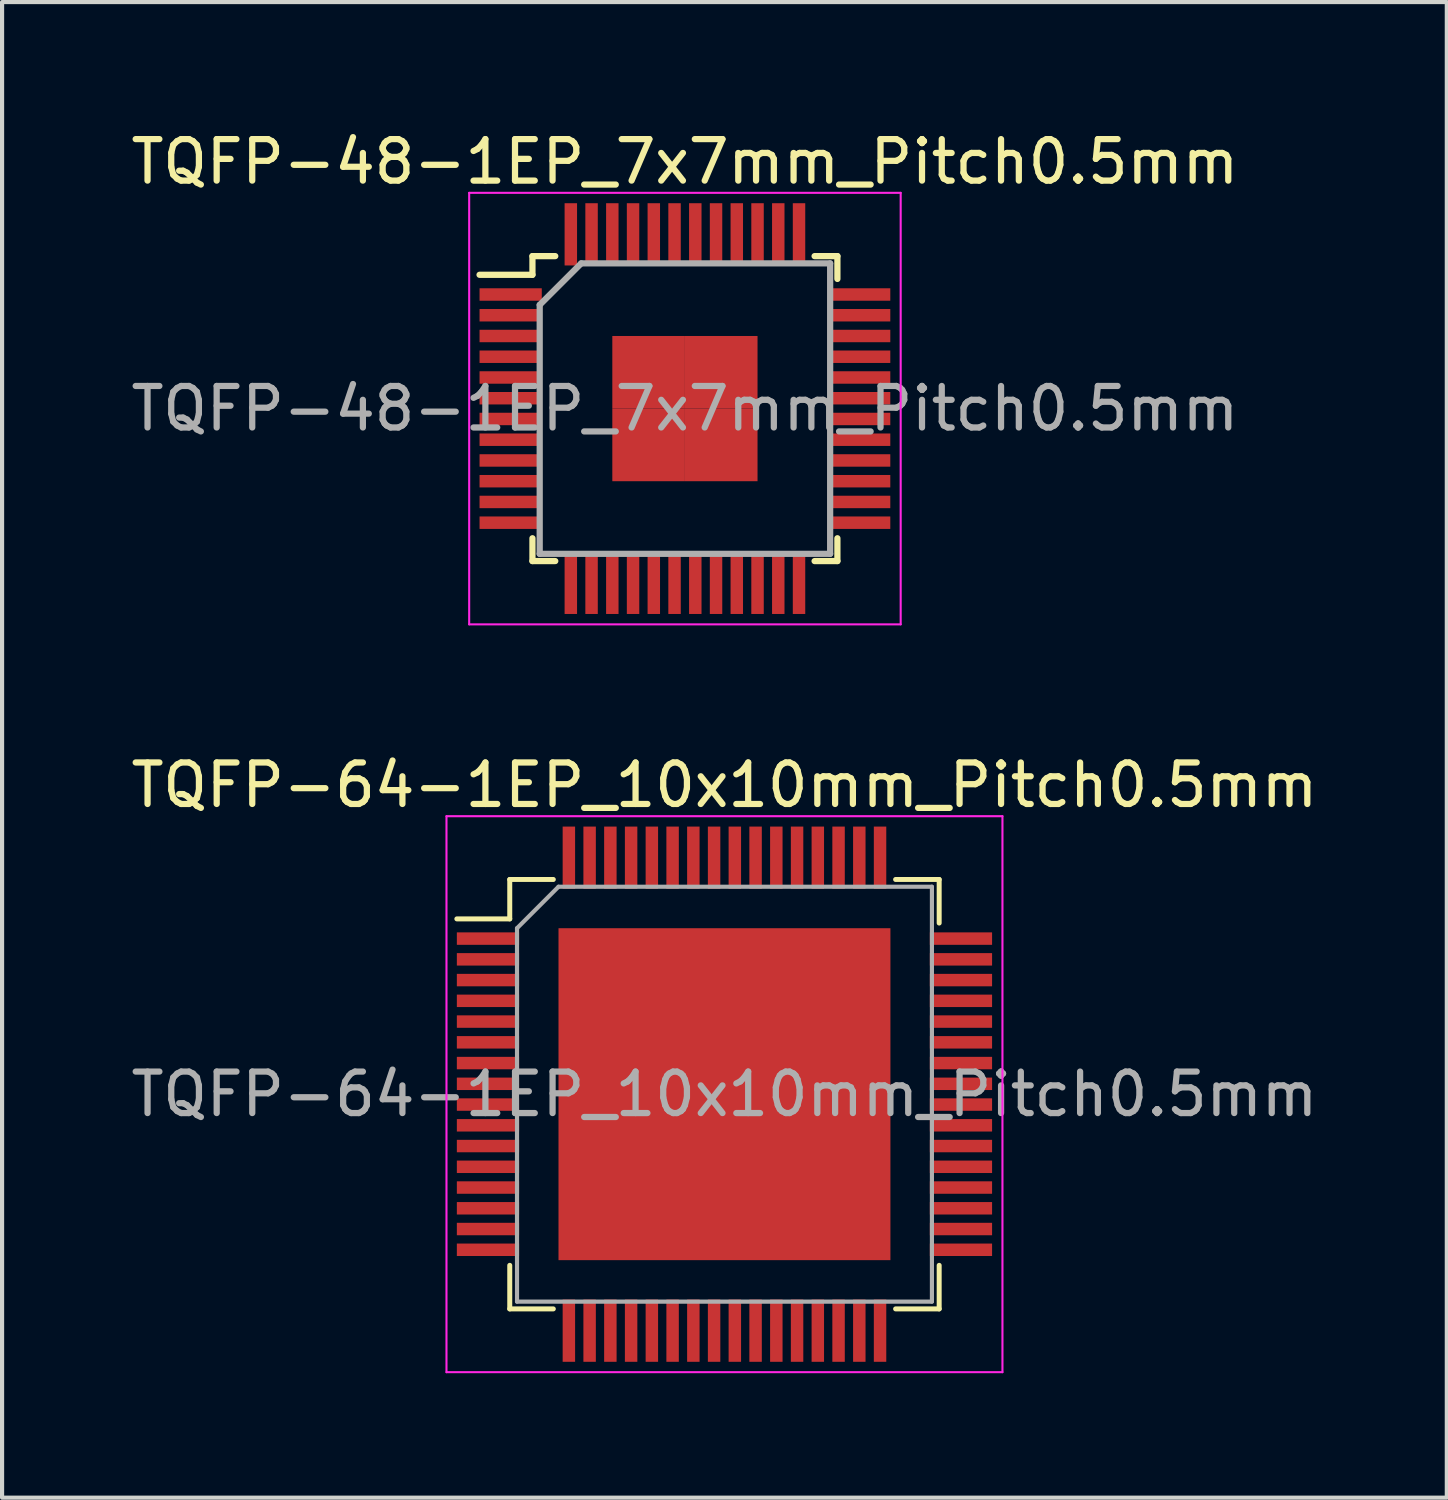
<source format=kicad_pcb>
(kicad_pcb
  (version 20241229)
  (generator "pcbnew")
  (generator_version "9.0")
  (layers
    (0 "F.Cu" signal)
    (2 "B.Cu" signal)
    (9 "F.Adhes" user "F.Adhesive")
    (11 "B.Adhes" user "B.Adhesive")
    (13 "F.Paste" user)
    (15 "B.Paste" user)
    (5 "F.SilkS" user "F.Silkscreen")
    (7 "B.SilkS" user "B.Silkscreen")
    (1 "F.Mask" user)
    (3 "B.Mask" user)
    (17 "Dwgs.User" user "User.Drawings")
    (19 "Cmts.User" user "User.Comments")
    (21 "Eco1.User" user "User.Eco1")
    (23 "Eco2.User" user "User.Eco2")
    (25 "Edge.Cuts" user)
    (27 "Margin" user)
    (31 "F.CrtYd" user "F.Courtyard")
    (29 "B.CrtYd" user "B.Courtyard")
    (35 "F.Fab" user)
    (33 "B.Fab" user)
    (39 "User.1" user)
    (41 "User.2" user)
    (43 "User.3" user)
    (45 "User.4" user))
  (footprint "TQFP-48-1EP_7x7mm_Pitch0.5mm"
    (layer "F.Cu")
    (at 13.458 6.798)
    (property "Reference" "TQFP-48-1EP_7x7mm_Pitch0.5mm" (at 0 -5.95 0) (layer "F.SilkS") (effects (font (size 1 1) (thickness 0.15))))
    (attr smd)
    (fp_line (start -3.675 -3.675) (end -3.675 -3.225) (stroke (width 0.15) (type solid)) (layer "F.SilkS"))
    (fp_line (start -3.675 -3.675) (end -3.125 -3.675) (stroke (width 0.15) (type solid)) (layer "F.SilkS"))
    (fp_line (start -3.675 -3.225) (end -4.95 -3.225) (stroke (width 0.15) (type solid)) (layer "F.SilkS"))
    (fp_line (start -3.675 3.675) (end -3.675 3.125) (stroke (width 0.15) (type solid)) (layer "F.SilkS"))
    (fp_line (start -3.675 3.675) (end -3.125 3.675) (stroke (width 0.15) (type solid)) (layer "F.SilkS"))
    (fp_line (start 3.675 -3.675) (end 3.125 -3.675) (stroke (width 0.15) (type solid)) (layer "F.SilkS"))
    (fp_line (start 3.675 -3.675) (end 3.675 -3.125) (stroke (width 0.15) (type solid)) (layer "F.SilkS"))
    (fp_line (start 3.675 3.675) (end 3.125 3.675) (stroke (width 0.15) (type solid)) (layer "F.SilkS"))
    (fp_line (start 3.675 3.675) (end 3.675 3.125) (stroke (width 0.15) (type solid)) (layer "F.SilkS"))
    (fp_line (start -5.2 -5.2) (end -5.2 5.2) (stroke (width 0.05) (type solid)) (layer "F.CrtYd"))
    (fp_line (start -5.2 -5.2) (end 5.2 -5.2) (stroke (width 0.05) (type solid)) (layer "F.CrtYd"))
    (fp_line (start -5.2 5.2) (end 5.2 5.2) (stroke (width 0.05) (type solid)) (layer "F.CrtYd"))
    (fp_line (start 5.2 -5.2) (end 5.2 5.2) (stroke (width 0.05) (type solid)) (layer "F.CrtYd"))
    (fp_line (start -3.5 -2.5) (end -2.5 -3.5) (stroke (width 0.15) (type solid)) (layer "F.Fab"))
    (fp_line (start -3.5 3.5) (end -3.5 -2.5) (stroke (width 0.15) (type solid)) (layer "F.Fab"))
    (fp_line (start -2.5 -3.5) (end 3.5 -3.5) (stroke (width 0.15) (type solid)) (layer "F.Fab"))
    (fp_line (start 3.5 -3.5) (end 3.5 3.5) (stroke (width 0.15) (type solid)) (layer "F.Fab"))
    (fp_line (start 3.5 3.5) (end -3.5 3.5) (stroke (width 0.15) (type solid)) (layer "F.Fab"))
    (fp_text user "${REFERENCE}" (at 0 0 0) (layer "F.Fab") (effects (font (size 1 1) (thickness 0.15))))
    (pad "1" smd rect (at -4.2 -2.75) (size 1.5 0.3) (layers "F.Cu" "F.Mask" "F.Paste"))
    (pad "2" smd rect (at -4.2 -2.25) (size 1.5 0.3) (layers "F.Cu" "F.Mask" "F.Paste"))
    (pad "3" smd rect (at -4.2 -1.75) (size 1.5 0.3) (layers "F.Cu" "F.Mask" "F.Paste"))
    (pad "4" smd rect (at -4.2 -1.25) (size 1.5 0.3) (layers "F.Cu" "F.Mask" "F.Paste"))
    (pad "5" smd rect (at -4.2 -0.75) (size 1.5 0.3) (layers "F.Cu" "F.Mask" "F.Paste"))
    (pad "6" smd rect (at -4.2 -0.25) (size 1.5 0.3) (layers "F.Cu" "F.Mask" "F.Paste"))
    (pad "7" smd rect (at -4.2 0.25) (size 1.5 0.3) (layers "F.Cu" "F.Mask" "F.Paste"))
    (pad "8" smd rect (at -4.2 0.75) (size 1.5 0.3) (layers "F.Cu" "F.Mask" "F.Paste"))
    (pad "9" smd rect (at -4.2 1.25) (size 1.5 0.3) (layers "F.Cu" "F.Mask" "F.Paste"))
    (pad "10" smd rect (at -4.2 1.75) (size 1.5 0.3) (layers "F.Cu" "F.Mask" "F.Paste"))
    (pad "11" smd rect (at -4.2 2.25) (size 1.5 0.3) (layers "F.Cu" "F.Mask" "F.Paste"))
    (pad "12" smd rect (at -4.2 2.75) (size 1.5 0.3) (layers "F.Cu" "F.Mask" "F.Paste"))
    (pad "13" smd rect (at -2.75 4.2 90) (size 1.5 0.3) (layers "F.Cu" "F.Mask" "F.Paste"))
    (pad "14" smd rect (at -2.25 4.2 90) (size 1.5 0.3) (layers "F.Cu" "F.Mask" "F.Paste"))
    (pad "15" smd rect (at -1.75 4.2 90) (size 1.5 0.3) (layers "F.Cu" "F.Mask" "F.Paste"))
    (pad "16" smd rect (at -1.25 4.2 90) (size 1.5 0.3) (layers "F.Cu" "F.Mask" "F.Paste"))
    (pad "17" smd rect (at -0.75 4.2 90) (size 1.5 0.3) (layers "F.Cu" "F.Mask" "F.Paste"))
    (pad "18" smd rect (at -0.25 4.2 90) (size 1.5 0.3) (layers "F.Cu" "F.Mask" "F.Paste"))
    (pad "19" smd rect (at 0.25 4.2 90) (size 1.5 0.3) (layers "F.Cu" "F.Mask" "F.Paste"))
    (pad "20" smd rect (at 0.75 4.2 90) (size 1.5 0.3) (layers "F.Cu" "F.Mask" "F.Paste"))
    (pad "21" smd rect (at 1.25 4.2 90) (size 1.5 0.3) (layers "F.Cu" "F.Mask" "F.Paste"))
    (pad "22" smd rect (at 1.75 4.2 90) (size 1.5 0.3) (layers "F.Cu" "F.Mask" "F.Paste"))
    (pad "23" smd rect (at 2.25 4.2 90) (size 1.5 0.3) (layers "F.Cu" "F.Mask" "F.Paste"))
    (pad "24" smd rect (at 2.75 4.2 90) (size 1.5 0.3) (layers "F.Cu" "F.Mask" "F.Paste"))
    (pad "25" smd rect (at 4.2 2.75) (size 1.5 0.3) (layers "F.Cu" "F.Mask" "F.Paste"))
    (pad "26" smd rect (at 4.2 2.25) (size 1.5 0.3) (layers "F.Cu" "F.Mask" "F.Paste"))
    (pad "27" smd rect (at 4.2 1.75) (size 1.5 0.3) (layers "F.Cu" "F.Mask" "F.Paste"))
    (pad "28" smd rect (at 4.2 1.25) (size 1.5 0.3) (layers "F.Cu" "F.Mask" "F.Paste"))
    (pad "29" smd rect (at 4.2 0.75) (size 1.5 0.3) (layers "F.Cu" "F.Mask" "F.Paste"))
    (pad "30" smd rect (at 4.2 0.25) (size 1.5 0.3) (layers "F.Cu" "F.Mask" "F.Paste"))
    (pad "31" smd rect (at 4.2 -0.25) (size 1.5 0.3) (layers "F.Cu" "F.Mask" "F.Paste"))
    (pad "32" smd rect (at 4.2 -0.75) (size 1.5 0.3) (layers "F.Cu" "F.Mask" "F.Paste"))
    (pad "33" smd rect (at 4.2 -1.25) (size 1.5 0.3) (layers "F.Cu" "F.Mask" "F.Paste"))
    (pad "34" smd rect (at 4.2 -1.75) (size 1.5 0.3) (layers "F.Cu" "F.Mask" "F.Paste"))
    (pad "35" smd rect (at 4.2 -2.25) (size 1.5 0.3) (layers "F.Cu" "F.Mask" "F.Paste"))
    (pad "36" smd rect (at 4.2 -2.75) (size 1.5 0.3) (layers "F.Cu" "F.Mask" "F.Paste"))
    (pad "37" smd rect (at 2.75 -4.2 90) (size 1.5 0.3) (layers "F.Cu" "F.Mask" "F.Paste"))
    (pad "38" smd rect (at 2.25 -4.2 90) (size 1.5 0.3) (layers "F.Cu" "F.Mask" "F.Paste"))
    (pad "39" smd rect (at 1.75 -4.2 90) (size 1.5 0.3) (layers "F.Cu" "F.Mask" "F.Paste"))
    (pad "40" smd rect (at 1.25 -4.2 90) (size 1.5 0.3) (layers "F.Cu" "F.Mask" "F.Paste"))
    (pad "41" smd rect (at 0.75 -4.2 90) (size 1.5 0.3) (layers "F.Cu" "F.Mask" "F.Paste"))
    (pad "42" smd rect (at 0.25 -4.2 90) (size 1.5 0.3) (layers "F.Cu" "F.Mask" "F.Paste"))
    (pad "43" smd rect (at -0.25 -4.2 90) (size 1.5 0.3) (layers "F.Cu" "F.Mask" "F.Paste"))
    (pad "44" smd rect (at -0.75 -4.2 90) (size 1.5 0.3) (layers "F.Cu" "F.Mask" "F.Paste"))
    (pad "45" smd rect (at -1.25 -4.2 90) (size 1.5 0.3) (layers "F.Cu" "F.Mask" "F.Paste"))
    (pad "46" smd rect (at -1.75 -4.2 90) (size 1.5 0.3) (layers "F.Cu" "F.Mask" "F.Paste"))
    (pad "47" smd rect (at -2.25 -4.2 90) (size 1.5 0.3) (layers "F.Cu" "F.Mask" "F.Paste"))
    (pad "48" smd rect (at -2.75 -4.2 90) (size 1.5 0.3) (layers "F.Cu" "F.Mask" "F.Paste"))
    (pad "49" smd rect (at -0.875 -0.875) (size 1.75 1.75) (layers "F.Cu" "F.Mask" "F.Paste"))
    (pad "49" smd rect (at -0.875 0.875) (size 1.75 1.75) (layers "F.Cu" "F.Mask" "F.Paste"))
    (pad "49" smd rect (at 0.875 -0.875) (size 1.75 1.75) (layers "F.Cu" "F.Mask" "F.Paste"))
    (pad "49" smd rect (at 0.875 0.875) (size 1.75 1.75) (layers "F.Cu" "F.Mask" "F.Paste")))
  (footprint "TQFP-64-1EP_10x10mm_Pitch0.5mm"
    (layer "F.Cu")
    (at 14.411 23.322)
    (property "Reference" "TQFP-64-1EP_10x10mm_Pitch0.5mm" (at 0 -7.45 0) (layer "F.SilkS") (effects (font (size 1 1) (thickness 0.15))))
    (attr smd)
    (fp_line (start -5.175 -5.175) (end -5.175 -4.225) (stroke (width 0.12) (type solid)) (layer "F.SilkS"))
    (fp_line (start -5.175 -5.175) (end -4.125 -5.175) (stroke (width 0.12) (type solid)) (layer "F.SilkS"))
    (fp_line (start -5.175 -4.225) (end -6.45 -4.225) (stroke (width 0.12) (type solid)) (layer "F.SilkS"))
    (fp_line (start -5.175 5.175) (end -5.175 4.125) (stroke (width 0.12) (type solid)) (layer "F.SilkS"))
    (fp_line (start -5.175 5.175) (end -4.125 5.175) (stroke (width 0.12) (type solid)) (layer "F.SilkS"))
    (fp_line (start 5.175 -5.175) (end 4.125 -5.175) (stroke (width 0.12) (type solid)) (layer "F.SilkS"))
    (fp_line (start 5.175 -5.175) (end 5.175 -4.125) (stroke (width 0.12) (type solid)) (layer "F.SilkS"))
    (fp_line (start 5.175 5.175) (end 4.125 5.175) (stroke (width 0.12) (type solid)) (layer "F.SilkS"))
    (fp_line (start 5.175 5.175) (end 5.175 4.125) (stroke (width 0.12) (type solid)) (layer "F.SilkS"))
    (fp_line (start -6.7 -6.7) (end -6.7 6.7) (stroke (width 0.05) (type solid)) (layer "F.CrtYd"))
    (fp_line (start -6.7 -6.7) (end 6.7 -6.7) (stroke (width 0.05) (type solid)) (layer "F.CrtYd"))
    (fp_line (start -6.7 6.7) (end 6.7 6.7) (stroke (width 0.05) (type solid)) (layer "F.CrtYd"))
    (fp_line (start 6.7 -6.7) (end 6.7 6.7) (stroke (width 0.05) (type solid)) (layer "F.CrtYd"))
    (fp_line (start -5 -4) (end -4 -5) (stroke (width 0.1) (type solid)) (layer "F.Fab"))
    (fp_line (start -5 5) (end -5 -4) (stroke (width 0.1) (type solid)) (layer "F.Fab"))
    (fp_line (start -4 -5) (end 5 -5) (stroke (width 0.1) (type solid)) (layer "F.Fab"))
    (fp_line (start 5 -5) (end 5 5) (stroke (width 0.1) (type solid)) (layer "F.Fab"))
    (fp_line (start 5 5) (end -5 5) (stroke (width 0.1) (type solid)) (layer "F.Fab"))
    (fp_text user "${REFERENCE}" (at 0 0 0) (layer "F.Fab") (effects (font (size 1 1) (thickness 0.15))))
    (pad "1" smd rect (at -5.7 -3.75) (size 1.5 0.3) (layers "F.Cu" "F.Mask" "F.Paste"))
    (pad "2" smd rect (at -5.7 -3.25) (size 1.5 0.3) (layers "F.Cu" "F.Mask" "F.Paste"))
    (pad "3" smd rect (at -5.7 -2.75) (size 1.5 0.3) (layers "F.Cu" "F.Mask" "F.Paste"))
    (pad "4" smd rect (at -5.7 -2.25) (size 1.5 0.3) (layers "F.Cu" "F.Mask" "F.Paste"))
    (pad "5" smd rect (at -5.7 -1.75) (size 1.5 0.3) (layers "F.Cu" "F.Mask" "F.Paste"))
    (pad "6" smd rect (at -5.7 -1.25) (size 1.5 0.3) (layers "F.Cu" "F.Mask" "F.Paste"))
    (pad "7" smd rect (at -5.7 -0.75) (size 1.5 0.3) (layers "F.Cu" "F.Mask" "F.Paste"))
    (pad "8" smd rect (at -5.7 -0.25) (size 1.5 0.3) (layers "F.Cu" "F.Mask" "F.Paste"))
    (pad "9" smd rect (at -5.7 0.25) (size 1.5 0.3) (layers "F.Cu" "F.Mask" "F.Paste"))
    (pad "10" smd rect (at -5.7 0.75) (size 1.5 0.3) (layers "F.Cu" "F.Mask" "F.Paste"))
    (pad "11" smd rect (at -5.7 1.25) (size 1.5 0.3) (layers "F.Cu" "F.Mask" "F.Paste"))
    (pad "12" smd rect (at -5.7 1.75) (size 1.5 0.3) (layers "F.Cu" "F.Mask" "F.Paste"))
    (pad "13" smd rect (at -5.7 2.25) (size 1.5 0.3) (layers "F.Cu" "F.Mask" "F.Paste"))
    (pad "14" smd rect (at -5.7 2.75) (size 1.5 0.3) (layers "F.Cu" "F.Mask" "F.Paste"))
    (pad "15" smd rect (at -5.7 3.25) (size 1.5 0.3) (layers "F.Cu" "F.Mask" "F.Paste"))
    (pad "16" smd rect (at -5.7 3.75) (size 1.5 0.3) (layers "F.Cu" "F.Mask" "F.Paste"))
    (pad "17" smd rect (at -3.75 5.7 90) (size 1.5 0.3) (layers "F.Cu" "F.Mask" "F.Paste"))
    (pad "18" smd rect (at -3.25 5.7 90) (size 1.5 0.3) (layers "F.Cu" "F.Mask" "F.Paste"))
    (pad "19" smd rect (at -2.75 5.7 90) (size 1.5 0.3) (layers "F.Cu" "F.Mask" "F.Paste"))
    (pad "20" smd rect (at -2.25 5.7 90) (size 1.5 0.3) (layers "F.Cu" "F.Mask" "F.Paste"))
    (pad "21" smd rect (at -1.75 5.7 90) (size 1.5 0.3) (layers "F.Cu" "F.Mask" "F.Paste"))
    (pad "22" smd rect (at -1.25 5.7 90) (size 1.5 0.3) (layers "F.Cu" "F.Mask" "F.Paste"))
    (pad "23" smd rect (at -0.75 5.7 90) (size 1.5 0.3) (layers "F.Cu" "F.Mask" "F.Paste"))
    (pad "24" smd rect (at -0.25 5.7 90) (size 1.5 0.3) (layers "F.Cu" "F.Mask" "F.Paste"))
    (pad "25" smd rect (at 0.25 5.7 90) (size 1.5 0.3) (layers "F.Cu" "F.Mask" "F.Paste"))
    (pad "26" smd rect (at 0.75 5.7 90) (size 1.5 0.3) (layers "F.Cu" "F.Mask" "F.Paste"))
    (pad "27" smd rect (at 1.25 5.7 90) (size 1.5 0.3) (layers "F.Cu" "F.Mask" "F.Paste"))
    (pad "28" smd rect (at 1.75 5.7 90) (size 1.5 0.3) (layers "F.Cu" "F.Mask" "F.Paste"))
    (pad "29" smd rect (at 2.25 5.7 90) (size 1.5 0.3) (layers "F.Cu" "F.Mask" "F.Paste"))
    (pad "30" smd rect (at 2.75 5.7 90) (size 1.5 0.3) (layers "F.Cu" "F.Mask" "F.Paste"))
    (pad "31" smd rect (at 3.25 5.7 90) (size 1.5 0.3) (layers "F.Cu" "F.Mask" "F.Paste"))
    (pad "32" smd rect (at 3.75 5.7 90) (size 1.5 0.3) (layers "F.Cu" "F.Mask" "F.Paste"))
    (pad "33" smd rect (at 5.7 3.75) (size 1.5 0.3) (layers "F.Cu" "F.Mask" "F.Paste"))
    (pad "34" smd rect (at 5.7 3.25) (size 1.5 0.3) (layers "F.Cu" "F.Mask" "F.Paste"))
    (pad "35" smd rect (at 5.7 2.75) (size 1.5 0.3) (layers "F.Cu" "F.Mask" "F.Paste"))
    (pad "36" smd rect (at 5.7 2.25) (size 1.5 0.3) (layers "F.Cu" "F.Mask" "F.Paste"))
    (pad "37" smd rect (at 5.7 1.75) (size 1.5 0.3) (layers "F.Cu" "F.Mask" "F.Paste"))
    (pad "38" smd rect (at 5.7 1.25) (size 1.5 0.3) (layers "F.Cu" "F.Mask" "F.Paste"))
    (pad "39" smd rect (at 5.7 0.75) (size 1.5 0.3) (layers "F.Cu" "F.Mask" "F.Paste"))
    (pad "40" smd rect (at 5.7 0.25) (size 1.5 0.3) (layers "F.Cu" "F.Mask" "F.Paste"))
    (pad "41" smd rect (at 5.7 -0.25) (size 1.5 0.3) (layers "F.Cu" "F.Mask" "F.Paste"))
    (pad "42" smd rect (at 5.7 -0.75) (size 1.5 0.3) (layers "F.Cu" "F.Mask" "F.Paste"))
    (pad "43" smd rect (at 5.7 -1.25) (size 1.5 0.3) (layers "F.Cu" "F.Mask" "F.Paste"))
    (pad "44" smd rect (at 5.7 -1.75) (size 1.5 0.3) (layers "F.Cu" "F.Mask" "F.Paste"))
    (pad "45" smd rect (at 5.7 -2.25) (size 1.5 0.3) (layers "F.Cu" "F.Mask" "F.Paste"))
    (pad "46" smd rect (at 5.7 -2.75) (size 1.5 0.3) (layers "F.Cu" "F.Mask" "F.Paste"))
    (pad "47" smd rect (at 5.7 -3.25) (size 1.5 0.3) (layers "F.Cu" "F.Mask" "F.Paste"))
    (pad "48" smd rect (at 5.7 -3.75) (size 1.5 0.3) (layers "F.Cu" "F.Mask" "F.Paste"))
    (pad "49" smd rect (at 3.75 -5.7 90) (size 1.5 0.3) (layers "F.Cu" "F.Mask" "F.Paste"))
    (pad "50" smd rect (at 3.25 -5.7 90) (size 1.5 0.3) (layers "F.Cu" "F.Mask" "F.Paste"))
    (pad "51" smd rect (at 2.75 -5.7 90) (size 1.5 0.3) (layers "F.Cu" "F.Mask" "F.Paste"))
    (pad "52" smd rect (at 2.25 -5.7 90) (size 1.5 0.3) (layers "F.Cu" "F.Mask" "F.Paste"))
    (pad "53" smd rect (at 1.75 -5.7 90) (size 1.5 0.3) (layers "F.Cu" "F.Mask" "F.Paste"))
    (pad "54" smd rect (at 1.25 -5.7 90) (size 1.5 0.3) (layers "F.Cu" "F.Mask" "F.Paste"))
    (pad "55" smd rect (at 0.75 -5.7 90) (size 1.5 0.3) (layers "F.Cu" "F.Mask" "F.Paste"))
    (pad "56" smd rect (at 0.25 -5.7 90) (size 1.5 0.3) (layers "F.Cu" "F.Mask" "F.Paste"))
    (pad "57" smd rect (at -0.25 -5.7 90) (size 1.5 0.3) (layers "F.Cu" "F.Mask" "F.Paste"))
    (pad "58" smd rect (at -0.75 -5.7 90) (size 1.5 0.3) (layers "F.Cu" "F.Mask" "F.Paste"))
    (pad "59" smd rect (at -1.25 -5.7 90) (size 1.5 0.3) (layers "F.Cu" "F.Mask" "F.Paste"))
    (pad "60" smd rect (at -1.75 -5.7 90) (size 1.5 0.3) (layers "F.Cu" "F.Mask" "F.Paste"))
    (pad "61" smd rect (at -2.25 -5.7 90) (size 1.5 0.3) (layers "F.Cu" "F.Mask" "F.Paste"))
    (pad "62" smd rect (at -2.75 -5.7 90) (size 1.5 0.3) (layers "F.Cu" "F.Mask" "F.Paste"))
    (pad "63" smd rect (at -3.25 -5.7 90) (size 1.5 0.3) (layers "F.Cu" "F.Mask" "F.Paste"))
    (pad "64" smd rect (at -3.75 -5.7 90) (size 1.5 0.3) (layers "F.Cu" "F.Mask" "F.Paste"))
    (pad "65" smd rect (at 0 0 180) (size 8 8) (layers "F.Cu" "F.Mask" "F.Paste")))
  (gr_rect
    (start -3 -3)
    (end 31.821 33.047)
    (stroke (width 0.1) (type default))
    (fill no)
    (layer "Edge.Cuts")))
</source>
